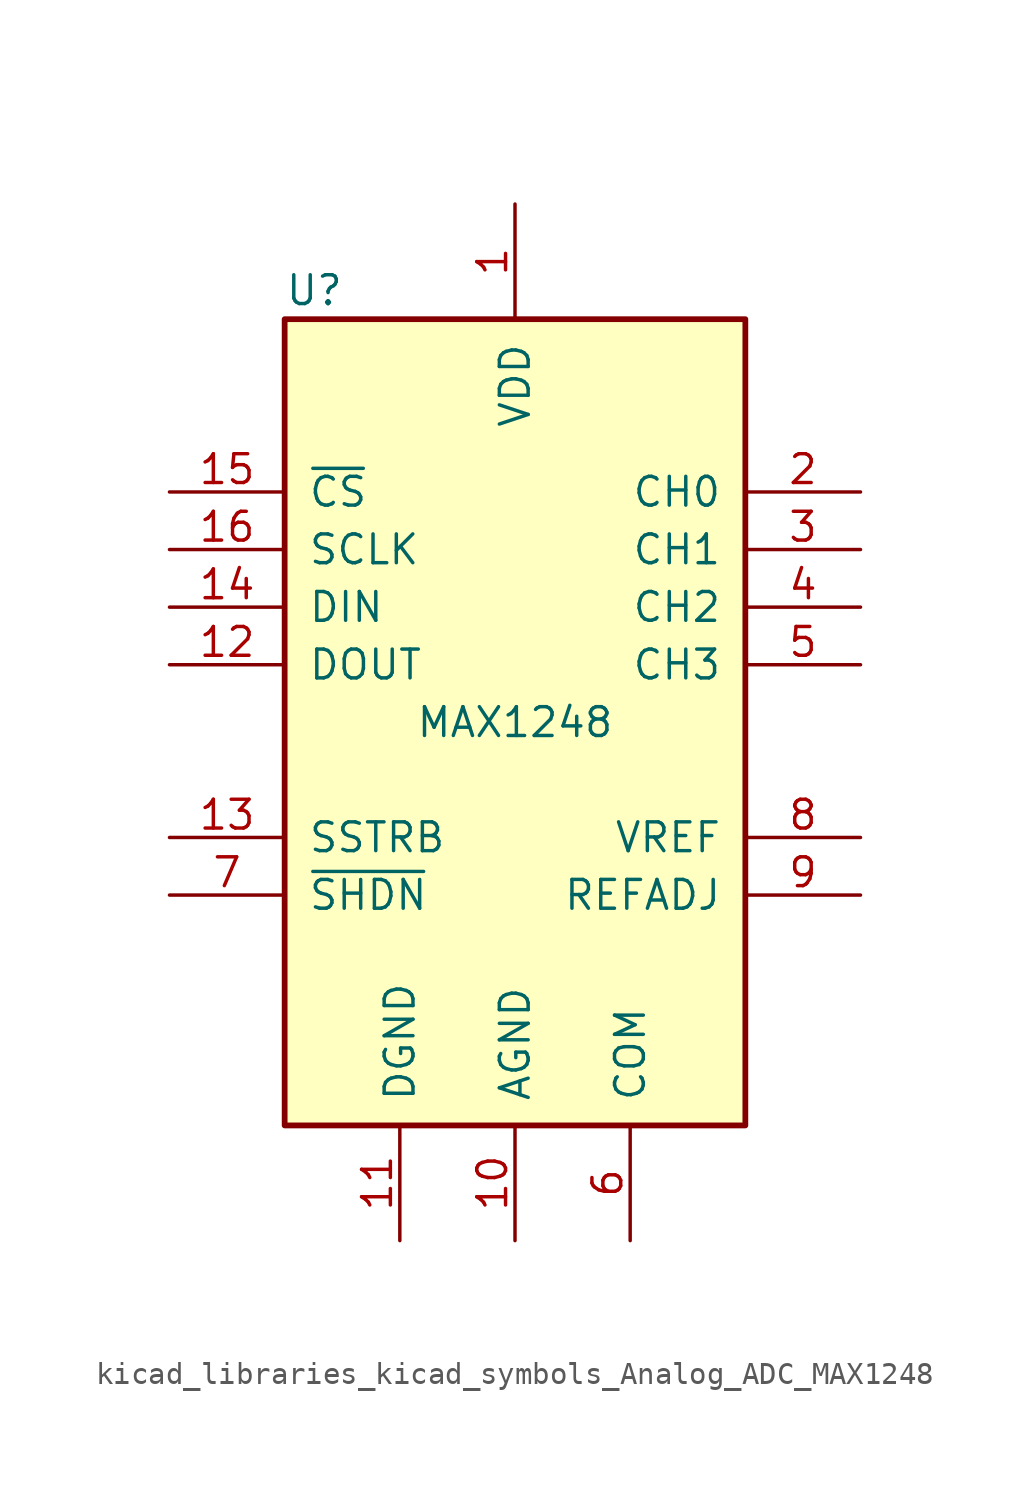
<source format=kicad_sym>
(kicad_symbol_lib
  (version 20220914)
  (generator kicad_symbol_editor)
  (symbol "kicad_libraries_kicad_symbols_Analog_ADC_MAX1248"
    (pin_names
      (offset 1.016))
    (property "Reference" "U"
      (at -10.16 19.05 0)
      (effects (font (size 1.27 1.27)) (justify left)))
    (property "Value" "MAX1248"
      (at 0 0 0)
      (effects (font (size 1.27 1.27))))
    (symbol "kicad_libraries_kicad_symbols_Analog_ADC_MAX1248_0_1"
      (rectangle (start -10.16 17.78) (end 10.16 -17.78) (stroke (width 0.254) (type default)) (fill (type background))))
    (symbol "kicad_libraries_kicad_symbols_Analog_ADC_MAX1248_1_1"
      (pin power_in line (at 0 22.86 270) (length 5.08) (name "VDD" (effects (font (size 1.27 1.27)))) (number "1" (effects (font (size 1.27 1.27)))))
      (pin power_in line (at 0 -22.86 90) (length 5.08) (name "AGND" (effects (font (size 1.27 1.27)))) (number "10" (effects (font (size 1.27 1.27)))))
      (pin power_in line (at -5.08 -22.86 90) (length 5.08) (name "DGND" (effects (font (size 1.27 1.27)))) (number "11" (effects (font (size 1.27 1.27)))))
      (pin output line (at -15.24 2.54 0) (length 5.08) (name "DOUT" (effects (font (size 1.27 1.27)))) (number "12" (effects (font (size 1.27 1.27)))))
      (pin output line (at -15.24 -5.08 0) (length 5.08) (name "SSTRB" (effects (font (size 1.27 1.27)))) (number "13" (effects (font (size 1.27 1.27)))))
      (pin input line (at -15.24 5.08 0) (length 5.08) (name "DIN" (effects (font (size 1.27 1.27)))) (number "14" (effects (font (size 1.27 1.27)))))
      (pin input line (at -15.24 10.16 0) (length 5.08) (name "~{CS}" (effects (font (size 1.27 1.27)))) (number "15" (effects (font (size 1.27 1.27)))))
      (pin input line (at -15.24 7.62 0) (length 5.08) (name "SCLK" (effects (font (size 1.27 1.27)))) (number "16" (effects (font (size 1.27 1.27)))))
      (pin input line (at 15.24 10.16 180) (length 5.08) (name "CH0" (effects (font (size 1.27 1.27)))) (number "2" (effects (font (size 1.27 1.27)))))
      (pin input line (at 15.24 7.62 180) (length 5.08) (name "CH1" (effects (font (size 1.27 1.27)))) (number "3" (effects (font (size 1.27 1.27)))))
      (pin input line (at 15.24 5.08 180) (length 5.08) (name "CH2" (effects (font (size 1.27 1.27)))) (number "4" (effects (font (size 1.27 1.27)))))
      (pin input line (at 15.24 2.54 180) (length 5.08) (name "CH3" (effects (font (size 1.27 1.27)))) (number "5" (effects (font (size 1.27 1.27)))))
      (pin power_in line (at 5.08 -22.86 90) (length 5.08) (name "COM" (effects (font (size 1.27 1.27)))) (number "6" (effects (font (size 1.27 1.27)))))
      (pin tri_state line (at -15.24 -7.62 0) (length 5.08) (name "~{SHDN}" (effects (font (size 1.27 1.27)))) (number "7" (effects (font (size 1.27 1.27)))))
      (pin power_in line (at 15.24 -5.08 180) (length 5.08) (name "VREF" (effects (font (size 1.27 1.27)))) (number "8" (effects (font (size 1.27 1.27)))))
      (pin input line (at 15.24 -7.62 180) (length 5.08) (name "REFADJ" (effects (font (size 1.27 1.27)))) (number "9" (effects (font (size 1.27 1.27))))))))
</source>
